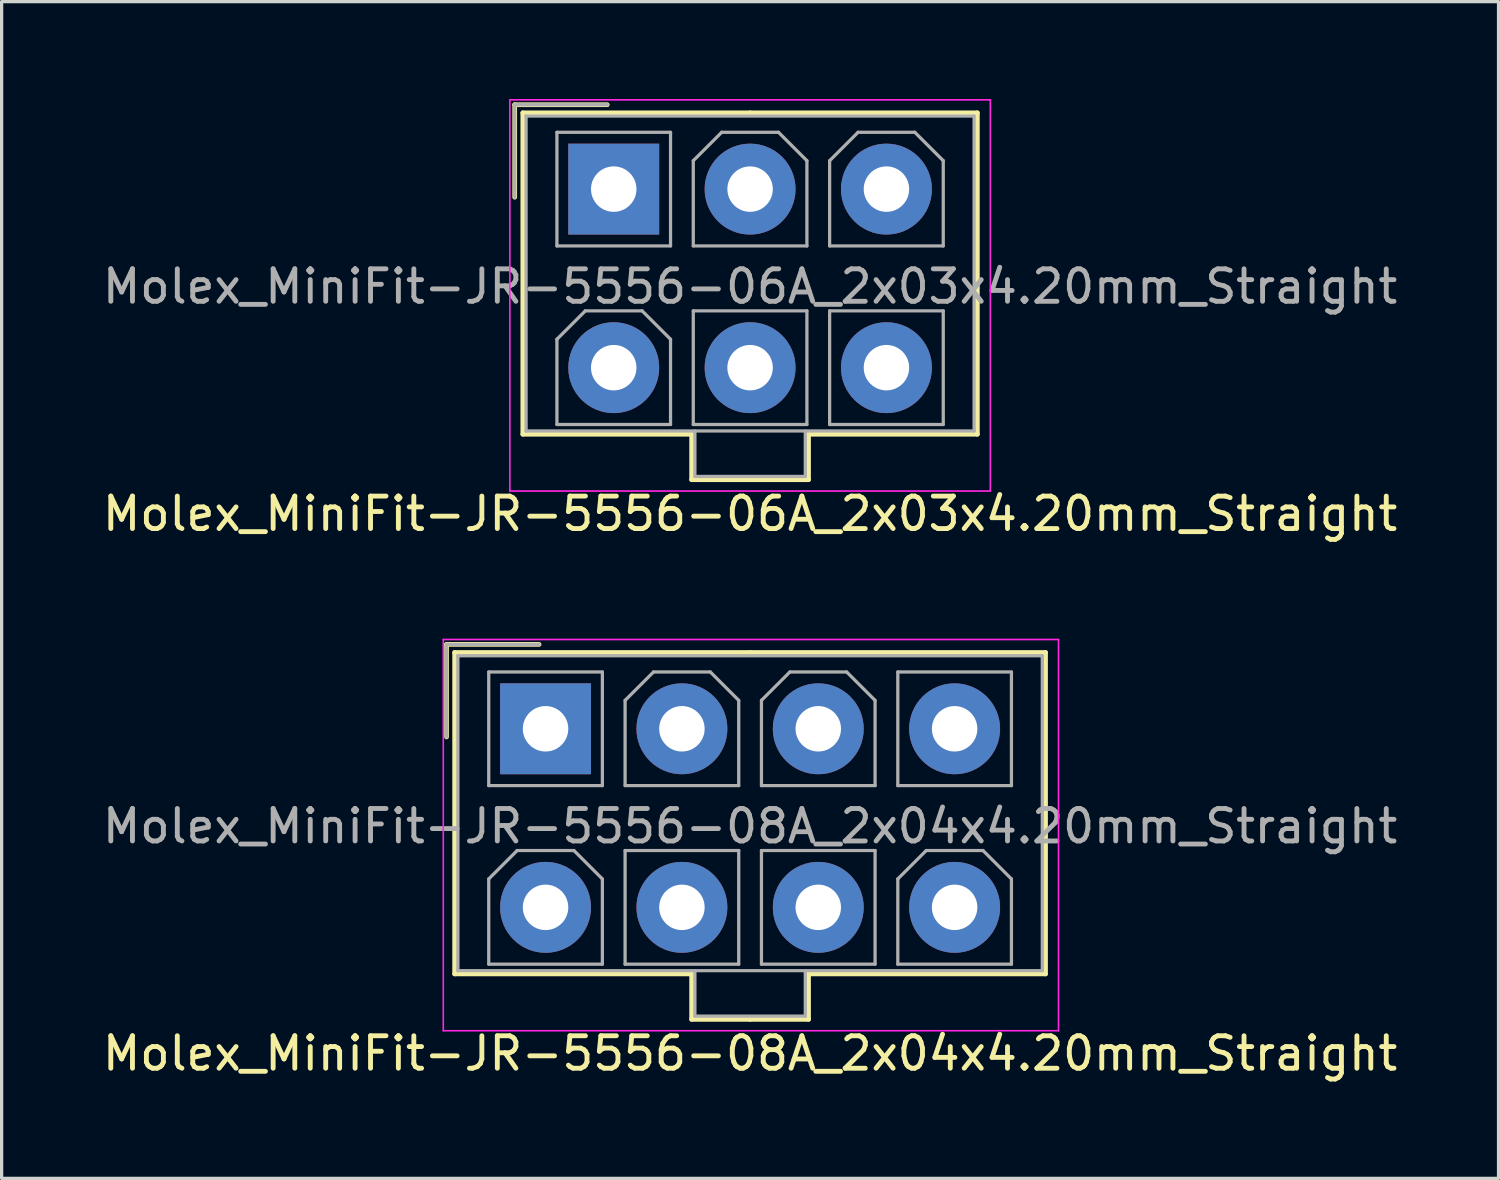
<source format=kicad_pcb>
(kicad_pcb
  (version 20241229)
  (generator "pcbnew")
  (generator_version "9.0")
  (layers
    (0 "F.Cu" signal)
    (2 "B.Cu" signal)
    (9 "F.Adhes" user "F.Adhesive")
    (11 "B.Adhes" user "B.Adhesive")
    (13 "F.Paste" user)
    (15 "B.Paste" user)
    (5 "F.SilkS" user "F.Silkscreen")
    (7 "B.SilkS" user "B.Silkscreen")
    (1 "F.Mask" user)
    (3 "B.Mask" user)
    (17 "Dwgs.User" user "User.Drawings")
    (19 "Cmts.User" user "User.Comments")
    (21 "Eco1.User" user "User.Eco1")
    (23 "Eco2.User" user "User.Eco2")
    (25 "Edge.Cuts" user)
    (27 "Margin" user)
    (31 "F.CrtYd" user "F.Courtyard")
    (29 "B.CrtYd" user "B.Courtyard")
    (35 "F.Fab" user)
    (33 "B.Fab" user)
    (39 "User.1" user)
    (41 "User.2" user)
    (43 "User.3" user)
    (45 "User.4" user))
  (footprint "Molex_MiniFit-JR-5556-08A_2x04x4.20mm_Straight"
    (layer "F.Cu")
    (at 13.754 19.398)
    (property "Reference" "Molex_MiniFit-JR-5556-08A_2x04x4.20mm_Straight" (at 6.3 10 0) (layer "F.SilkS") (effects (font (size 1 1) (thickness 0.15))))
    (attr through_hole)
    (fp_line (start -3.05 -2.6) (end -3.05 0.25) (stroke (width 0.145) (type solid)) (layer "F.SilkS"))
    (fp_line (start -2.8 -2.35) (end -2.8 7.55) (stroke (width 0.145) (type solid)) (layer "F.SilkS"))
    (fp_line (start -2.8 7.55) (end 4.5 7.55) (stroke (width 0.145) (type solid)) (layer "F.SilkS"))
    (fp_line (start -0.2 -2.6) (end -3.05 -2.6) (stroke (width 0.145) (type solid)) (layer "F.SilkS"))
    (fp_line (start 4.5 7.55) (end 4.5 8.95) (stroke (width 0.145) (type solid)) (layer "F.SilkS"))
    (fp_line (start 4.5 8.95) (end 6.3 8.95) (stroke (width 0.145) (type solid)) (layer "F.SilkS"))
    (fp_line (start 6.3 -2.35) (end -2.8 -2.35) (stroke (width 0.145) (type solid)) (layer "F.SilkS"))
    (fp_line (start 6.3 -2.35) (end 15.4 -2.35) (stroke (width 0.145) (type solid)) (layer "F.SilkS"))
    (fp_line (start 8.1 7.55) (end 8.1 8.95) (stroke (width 0.145) (type solid)) (layer "F.SilkS"))
    (fp_line (start 8.1 8.95) (end 6.3 8.95) (stroke (width 0.145) (type solid)) (layer "F.SilkS"))
    (fp_line (start 15.4 -2.35) (end 15.4 7.55) (stroke (width 0.145) (type solid)) (layer "F.SilkS"))
    (fp_line (start 15.4 7.55) (end 8.1 7.55) (stroke (width 0.145) (type solid)) (layer "F.SilkS"))
    (fp_line (start -3.15 -2.75) (end -3.15 9.3) (stroke (width 0.05) (type solid)) (layer "F.CrtYd"))
    (fp_line (start -3.15 9.3) (end 15.8 9.3) (stroke (width 0.05) (type solid)) (layer "F.CrtYd"))
    (fp_line (start 15.8 -2.75) (end -3.15 -2.75) (stroke (width 0.05) (type solid)) (layer "F.CrtYd"))
    (fp_line (start 15.8 9.3) (end 15.8 -2.75) (stroke (width 0.05) (type solid)) (layer "F.CrtYd"))
    (fp_line (start -3.05 -2.6) (end -3.05 0.25) (stroke (width 0.1) (type solid)) (layer "F.Fab"))
    (fp_line (start -2.7 -2.25) (end -2.7 7.45) (stroke (width 0.1) (type solid)) (layer "F.Fab"))
    (fp_line (start -2.7 7.45) (end 15.3 7.45) (stroke (width 0.1) (type solid)) (layer "F.Fab"))
    (fp_line (start -1.75 -1.75) (end -1.75 1.75) (stroke (width 0.1) (type solid)) (layer "F.Fab"))
    (fp_line (start -1.75 1.75) (end 1.75 1.75) (stroke (width 0.1) (type solid)) (layer "F.Fab"))
    (fp_line (start -1.75 4.625) (end -0.875 3.75) (stroke (width 0.1) (type solid)) (layer "F.Fab"))
    (fp_line (start -1.75 7.25) (end -1.75 4.625) (stroke (width 0.1) (type solid)) (layer "F.Fab"))
    (fp_line (start -0.875 3.75) (end 0.875 3.75) (stroke (width 0.1) (type solid)) (layer "F.Fab"))
    (fp_line (start -0.2 -2.6) (end -3.05 -2.6) (stroke (width 0.1) (type solid)) (layer "F.Fab"))
    (fp_line (start 0.875 3.75) (end 1.75 4.625) (stroke (width 0.1) (type solid)) (layer "F.Fab"))
    (fp_line (start 1.75 -1.75) (end -1.75 -1.75) (stroke (width 0.1) (type solid)) (layer "F.Fab"))
    (fp_line (start 1.75 1.75) (end 1.75 -1.75) (stroke (width 0.1) (type solid)) (layer "F.Fab"))
    (fp_line (start 1.75 4.625) (end 1.75 7.25) (stroke (width 0.1) (type solid)) (layer "F.Fab"))
    (fp_line (start 1.75 7.25) (end -1.75 7.25) (stroke (width 0.1) (type solid)) (layer "F.Fab"))
    (fp_line (start 2.45 -0.875) (end 3.325 -1.75) (stroke (width 0.1) (type solid)) (layer "F.Fab"))
    (fp_line (start 2.45 1.75) (end 2.45 -0.875) (stroke (width 0.1) (type solid)) (layer "F.Fab"))
    (fp_line (start 2.45 3.75) (end 2.45 7.25) (stroke (width 0.1) (type solid)) (layer "F.Fab"))
    (fp_line (start 2.45 7.25) (end 5.95 7.25) (stroke (width 0.1) (type solid)) (layer "F.Fab"))
    (fp_line (start 3.325 -1.75) (end 5.075 -1.75) (stroke (width 0.1) (type solid)) (layer "F.Fab"))
    (fp_line (start 4.6 7.45) (end 4.6 8.85) (stroke (width 0.1) (type solid)) (layer "F.Fab"))
    (fp_line (start 4.6 8.85) (end 8 8.85) (stroke (width 0.1) (type solid)) (layer "F.Fab"))
    (fp_line (start 5.075 -1.75) (end 5.95 -0.875) (stroke (width 0.1) (type solid)) (layer "F.Fab"))
    (fp_line (start 5.95 -0.875) (end 5.95 1.75) (stroke (width 0.1) (type solid)) (layer "F.Fab"))
    (fp_line (start 5.95 1.75) (end 2.45 1.75) (stroke (width 0.1) (type solid)) (layer "F.Fab"))
    (fp_line (start 5.95 3.75) (end 2.45 3.75) (stroke (width 0.1) (type solid)) (layer "F.Fab"))
    (fp_line (start 5.95 7.25) (end 5.95 3.75) (stroke (width 0.1) (type solid)) (layer "F.Fab"))
    (fp_line (start 6.65 -0.875) (end 7.525 -1.75) (stroke (width 0.1) (type solid)) (layer "F.Fab"))
    (fp_line (start 6.65 1.75) (end 6.65 -0.875) (stroke (width 0.1) (type solid)) (layer "F.Fab"))
    (fp_line (start 6.65 3.75) (end 6.65 7.25) (stroke (width 0.1) (type solid)) (layer "F.Fab"))
    (fp_line (start 6.65 7.25) (end 10.15 7.25) (stroke (width 0.1) (type solid)) (layer "F.Fab"))
    (fp_line (start 7.525 -1.75) (end 9.275 -1.75) (stroke (width 0.1) (type solid)) (layer "F.Fab"))
    (fp_line (start 8 8.85) (end 8 7.45) (stroke (width 0.1) (type solid)) (layer "F.Fab"))
    (fp_line (start 9.275 -1.75) (end 10.15 -0.875) (stroke (width 0.1) (type solid)) (layer "F.Fab"))
    (fp_line (start 10.15 -0.875) (end 10.15 1.75) (stroke (width 0.1) (type solid)) (layer "F.Fab"))
    (fp_line (start 10.15 1.75) (end 6.65 1.75) (stroke (width 0.1) (type solid)) (layer "F.Fab"))
    (fp_line (start 10.15 3.75) (end 6.65 3.75) (stroke (width 0.1) (type solid)) (layer "F.Fab"))
    (fp_line (start 10.15 7.25) (end 10.15 3.75) (stroke (width 0.1) (type solid)) (layer "F.Fab"))
    (fp_line (start 10.85 -1.75) (end 10.85 1.75) (stroke (width 0.1) (type solid)) (layer "F.Fab"))
    (fp_line (start 10.85 1.75) (end 14.35 1.75) (stroke (width 0.1) (type solid)) (layer "F.Fab"))
    (fp_line (start 10.85 4.625) (end 11.725 3.75) (stroke (width 0.1) (type solid)) (layer "F.Fab"))
    (fp_line (start 10.85 7.25) (end 10.85 4.625) (stroke (width 0.1) (type solid)) (layer "F.Fab"))
    (fp_line (start 11.725 3.75) (end 13.475 3.75) (stroke (width 0.1) (type solid)) (layer "F.Fab"))
    (fp_line (start 13.475 3.75) (end 14.35 4.625) (stroke (width 0.1) (type solid)) (layer "F.Fab"))
    (fp_line (start 14.35 -1.75) (end 10.85 -1.75) (stroke (width 0.1) (type solid)) (layer "F.Fab"))
    (fp_line (start 14.35 1.75) (end 14.35 -1.75) (stroke (width 0.1) (type solid)) (layer "F.Fab"))
    (fp_line (start 14.35 4.625) (end 14.35 7.25) (stroke (width 0.1) (type solid)) (layer "F.Fab"))
    (fp_line (start 14.35 7.25) (end 10.85 7.25) (stroke (width 0.1) (type solid)) (layer "F.Fab"))
    (fp_line (start 15.3 -2.25) (end -2.7 -2.25) (stroke (width 0.1) (type solid)) (layer "F.Fab"))
    (fp_line (start 15.3 7.45) (end 15.3 -2.25) (stroke (width 0.1) (type solid)) (layer "F.Fab"))
    (fp_text user "${REFERENCE}" (at 6.3 3 0) (layer "F.Fab") (effects (font (size 1 1) (thickness 0.15))))
    (pad "1" thru_hole rect (at 0 0) (size 2.8 2.8) (drill 1.4) (layers "*.Cu" "*.Mask"))
    (pad "2" thru_hole circle (at 4.2 0) (size 2.8 2.8) (drill 1.4) (layers "*.Cu" "*.Mask"))
    (pad "3" thru_hole circle (at 8.4 0) (size 2.8 2.8) (drill 1.4) (layers "*.Cu" "*.Mask"))
    (pad "4" thru_hole circle (at 12.6 0) (size 2.8 2.8) (drill 1.4) (layers "*.Cu" "*.Mask"))
    (pad "5" thru_hole circle (at 0 5.5) (size 2.8 2.8) (drill 1.4) (layers "*.Cu" "*.Mask"))
    (pad "6" thru_hole circle (at 4.2 5.5) (size 2.8 2.8) (drill 1.4) (layers "*.Cu" "*.Mask"))
    (pad "7" thru_hole circle (at 8.4 5.5) (size 2.8 2.8) (drill 1.4) (layers "*.Cu" "*.Mask"))
    (pad "8" thru_hole circle (at 12.6 5.5) (size 2.8 2.8) (drill 1.4) (layers "*.Cu" "*.Mask")))
  (footprint "Molex_MiniFit-JR-5556-06A_2x03x4.20mm_Straight"
    (layer "F.Cu")
    (at 15.854 2.775)
    (property "Reference" "Molex_MiniFit-JR-5556-06A_2x03x4.20mm_Straight" (at 4.2 10 0) (layer "F.SilkS") (effects (font (size 1 1) (thickness 0.15))))
    (attr through_hole)
    (fp_line (start -3.05 -2.6) (end -3.05 0.25) (stroke (width 0.145) (type solid)) (layer "F.SilkS"))
    (fp_line (start -2.8 -2.35) (end -2.8 7.55) (stroke (width 0.145) (type solid)) (layer "F.SilkS"))
    (fp_line (start -2.8 7.55) (end 2.4 7.55) (stroke (width 0.145) (type solid)) (layer "F.SilkS"))
    (fp_line (start -0.2 -2.6) (end -3.05 -2.6) (stroke (width 0.145) (type solid)) (layer "F.SilkS"))
    (fp_line (start 2.4 7.55) (end 2.4 8.95) (stroke (width 0.145) (type solid)) (layer "F.SilkS"))
    (fp_line (start 2.4 8.95) (end 4.2 8.95) (stroke (width 0.145) (type solid)) (layer "F.SilkS"))
    (fp_line (start 4.2 -2.35) (end -2.8 -2.35) (stroke (width 0.145) (type solid)) (layer "F.SilkS"))
    (fp_line (start 4.2 -2.35) (end 11.2 -2.35) (stroke (width 0.145) (type solid)) (layer "F.SilkS"))
    (fp_line (start 6 7.55) (end 6 8.95) (stroke (width 0.145) (type solid)) (layer "F.SilkS"))
    (fp_line (start 6 8.95) (end 4.2 8.95) (stroke (width 0.145) (type solid)) (layer "F.SilkS"))
    (fp_line (start 11.2 -2.35) (end 11.2 7.55) (stroke (width 0.145) (type solid)) (layer "F.SilkS"))
    (fp_line (start 11.2 7.55) (end 6 7.55) (stroke (width 0.145) (type solid)) (layer "F.SilkS"))
    (fp_line (start -3.2 -2.75) (end -3.2 9.3) (stroke (width 0.05) (type solid)) (layer "F.CrtYd"))
    (fp_line (start -3.2 9.3) (end 11.6 9.3) (stroke (width 0.05) (type solid)) (layer "F.CrtYd"))
    (fp_line (start 11.6 -2.75) (end -3.2 -2.75) (stroke (width 0.05) (type solid)) (layer "F.CrtYd"))
    (fp_line (start 11.6 9.3) (end 11.6 -2.75) (stroke (width 0.05) (type solid)) (layer "F.CrtYd"))
    (fp_line (start -3.05 -2.6) (end -3.05 0.25) (stroke (width 0.1) (type solid)) (layer "F.Fab"))
    (fp_line (start -2.7 -2.25) (end -2.7 7.45) (stroke (width 0.1) (type solid)) (layer "F.Fab"))
    (fp_line (start -2.7 7.45) (end 11.1 7.45) (stroke (width 0.1) (type solid)) (layer "F.Fab"))
    (fp_line (start -1.75 -1.75) (end -1.75 1.75) (stroke (width 0.1) (type solid)) (layer "F.Fab"))
    (fp_line (start -1.75 1.75) (end 1.75 1.75) (stroke (width 0.1) (type solid)) (layer "F.Fab"))
    (fp_line (start -1.75 4.625) (end -0.875 3.75) (stroke (width 0.1) (type solid)) (layer "F.Fab"))
    (fp_line (start -1.75 7.25) (end -1.75 4.625) (stroke (width 0.1) (type solid)) (layer "F.Fab"))
    (fp_line (start -0.875 3.75) (end 0.875 3.75) (stroke (width 0.1) (type solid)) (layer "F.Fab"))
    (fp_line (start -0.2 -2.6) (end -3.05 -2.6) (stroke (width 0.1) (type solid)) (layer "F.Fab"))
    (fp_line (start 0.875 3.75) (end 1.75 4.625) (stroke (width 0.1) (type solid)) (layer "F.Fab"))
    (fp_line (start 1.75 -1.75) (end -1.75 -1.75) (stroke (width 0.1) (type solid)) (layer "F.Fab"))
    (fp_line (start 1.75 1.75) (end 1.75 -1.75) (stroke (width 0.1) (type solid)) (layer "F.Fab"))
    (fp_line (start 1.75 4.625) (end 1.75 7.25) (stroke (width 0.1) (type solid)) (layer "F.Fab"))
    (fp_line (start 1.75 7.25) (end -1.75 7.25) (stroke (width 0.1) (type solid)) (layer "F.Fab"))
    (fp_line (start 2.45 -0.875) (end 3.325 -1.75) (stroke (width 0.1) (type solid)) (layer "F.Fab"))
    (fp_line (start 2.45 1.75) (end 2.45 -0.875) (stroke (width 0.1) (type solid)) (layer "F.Fab"))
    (fp_line (start 2.45 3.75) (end 2.45 7.25) (stroke (width 0.1) (type solid)) (layer "F.Fab"))
    (fp_line (start 2.45 7.25) (end 5.95 7.25) (stroke (width 0.1) (type solid)) (layer "F.Fab"))
    (fp_line (start 2.5 7.45) (end 2.5 8.85) (stroke (width 0.1) (type solid)) (layer "F.Fab"))
    (fp_line (start 2.5 8.85) (end 5.9 8.85) (stroke (width 0.1) (type solid)) (layer "F.Fab"))
    (fp_line (start 3.325 -1.75) (end 5.075 -1.75) (stroke (width 0.1) (type solid)) (layer "F.Fab"))
    (fp_line (start 5.075 -1.75) (end 5.95 -0.875) (stroke (width 0.1) (type solid)) (layer "F.Fab"))
    (fp_line (start 5.9 8.85) (end 5.9 7.45) (stroke (width 0.1) (type solid)) (layer "F.Fab"))
    (fp_line (start 5.95 -0.875) (end 5.95 1.75) (stroke (width 0.1) (type solid)) (layer "F.Fab"))
    (fp_line (start 5.95 1.75) (end 2.45 1.75) (stroke (width 0.1) (type solid)) (layer "F.Fab"))
    (fp_line (start 5.95 3.75) (end 2.45 3.75) (stroke (width 0.1) (type solid)) (layer "F.Fab"))
    (fp_line (start 5.95 7.25) (end 5.95 3.75) (stroke (width 0.1) (type solid)) (layer "F.Fab"))
    (fp_line (start 6.65 -0.875) (end 7.525 -1.75) (stroke (width 0.1) (type solid)) (layer "F.Fab"))
    (fp_line (start 6.65 1.75) (end 6.65 -0.875) (stroke (width 0.1) (type solid)) (layer "F.Fab"))
    (fp_line (start 6.65 3.75) (end 6.65 7.25) (stroke (width 0.1) (type solid)) (layer "F.Fab"))
    (fp_line (start 6.65 7.25) (end 10.15 7.25) (stroke (width 0.1) (type solid)) (layer "F.Fab"))
    (fp_line (start 7.525 -1.75) (end 9.275 -1.75) (stroke (width 0.1) (type solid)) (layer "F.Fab"))
    (fp_line (start 9.275 -1.75) (end 10.15 -0.875) (stroke (width 0.1) (type solid)) (layer "F.Fab"))
    (fp_line (start 10.15 -0.875) (end 10.15 1.75) (stroke (width 0.1) (type solid)) (layer "F.Fab"))
    (fp_line (start 10.15 1.75) (end 6.65 1.75) (stroke (width 0.1) (type solid)) (layer "F.Fab"))
    (fp_line (start 10.15 3.75) (end 6.65 3.75) (stroke (width 0.1) (type solid)) (layer "F.Fab"))
    (fp_line (start 10.15 7.25) (end 10.15 3.75) (stroke (width 0.1) (type solid)) (layer "F.Fab"))
    (fp_line (start 11.1 -2.25) (end -2.7 -2.25) (stroke (width 0.1) (type solid)) (layer "F.Fab"))
    (fp_line (start 11.1 7.45) (end 11.1 -2.25) (stroke (width 0.1) (type solid)) (layer "F.Fab"))
    (fp_text user "${REFERENCE}" (at 4.2 3 0) (layer "F.Fab") (effects (font (size 1 1) (thickness 0.15))))
    (pad "1" thru_hole rect (at 0 0) (size 2.8 2.8) (drill 1.4) (layers "*.Cu" "*.Mask"))
    (pad "2" thru_hole circle (at 4.2 0) (size 2.8 2.8) (drill 1.4) (layers "*.Cu" "*.Mask"))
    (pad "3" thru_hole circle (at 8.4 0) (size 2.8 2.8) (drill 1.4) (layers "*.Cu" "*.Mask"))
    (pad "4" thru_hole circle (at 0 5.5) (size 2.8 2.8) (drill 1.4) (layers "*.Cu" "*.Mask"))
    (pad "5" thru_hole circle (at 4.2 5.5) (size 2.8 2.8) (drill 1.4) (layers "*.Cu" "*.Mask"))
    (pad "6" thru_hole circle (at 8.4 5.5) (size 2.8 2.8) (drill 1.4) (layers "*.Cu" "*.Mask")))
  (gr_rect
    (start -3 -3)
    (end 43.107 33.246)
    (stroke (width 0.1) (type default))
    (fill no)
    (layer "Edge.Cuts")))
</source>
